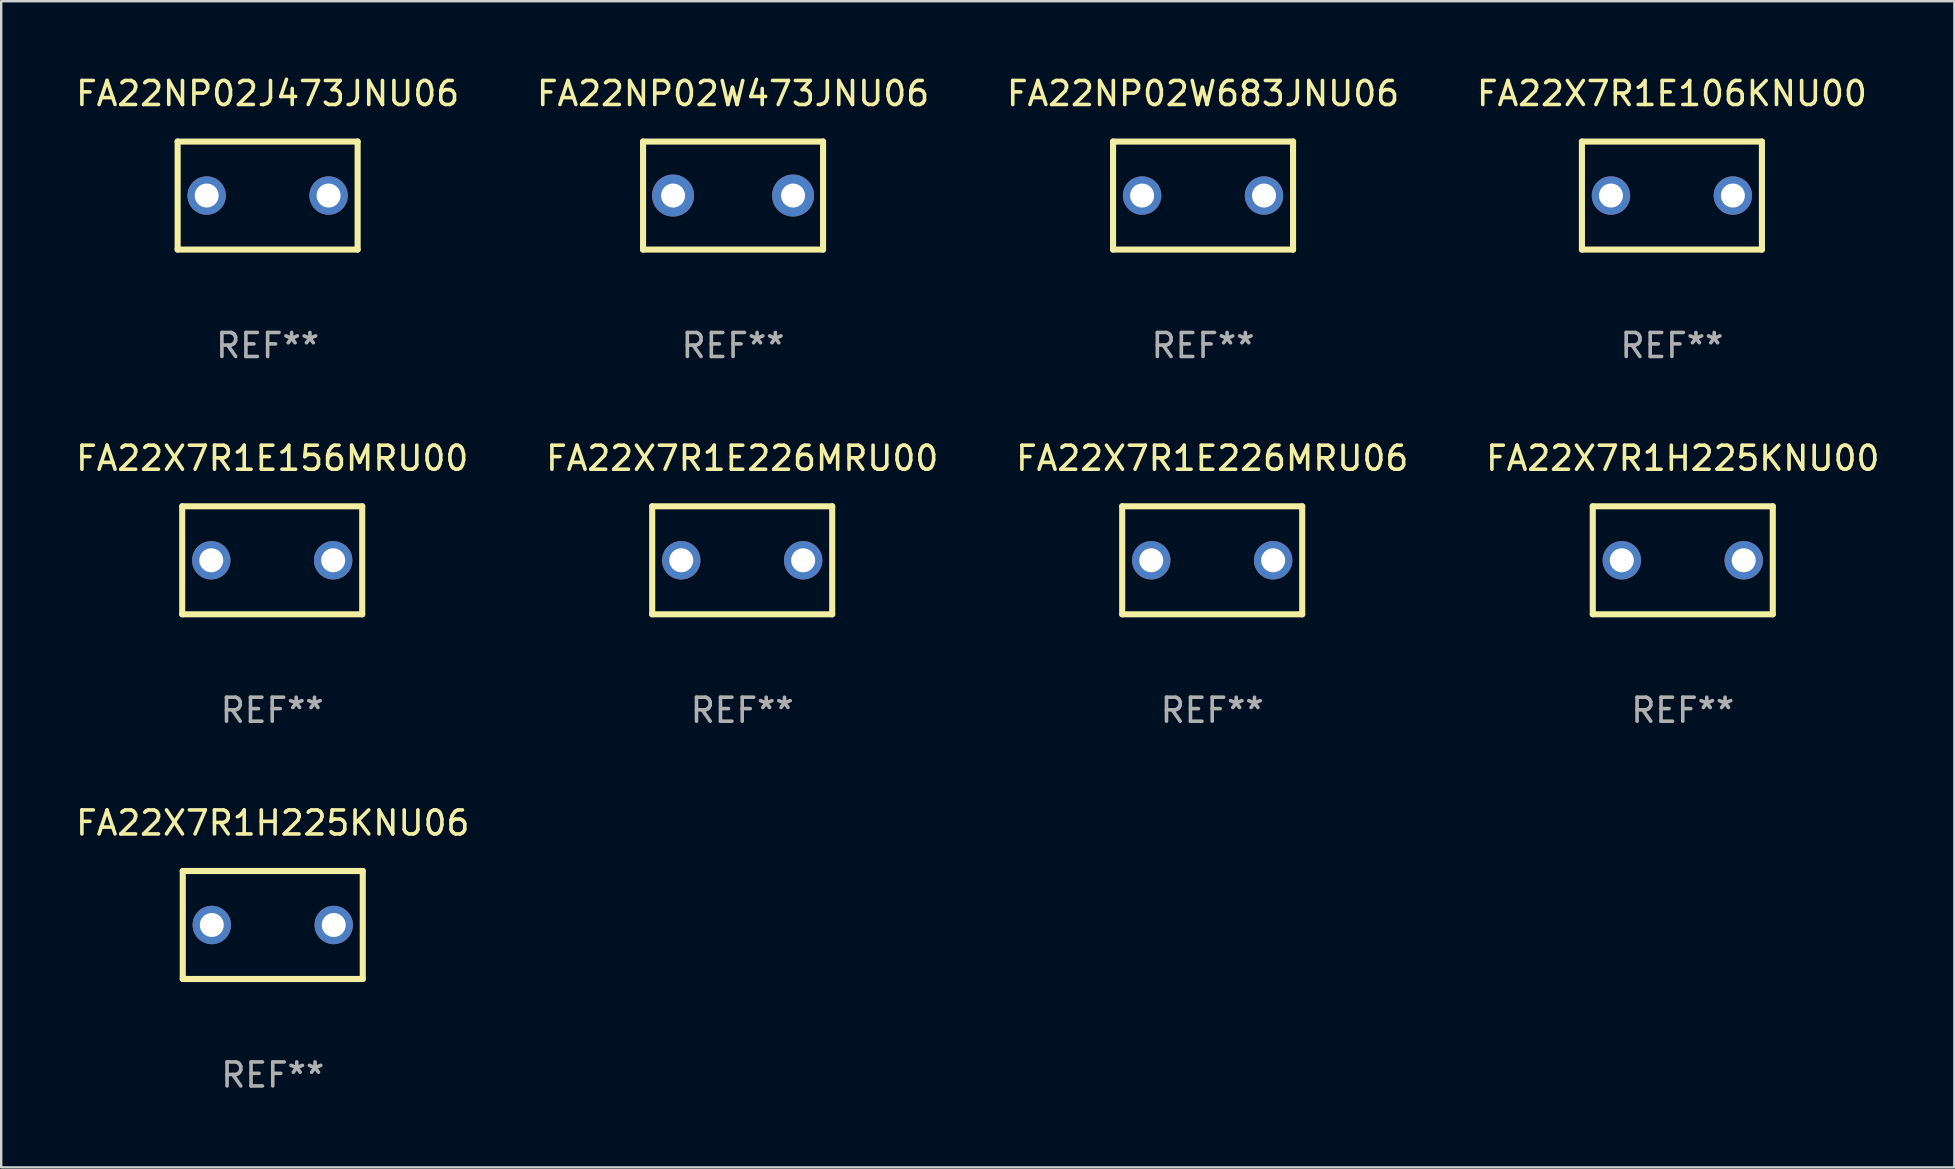
<source format=kicad_pcb>
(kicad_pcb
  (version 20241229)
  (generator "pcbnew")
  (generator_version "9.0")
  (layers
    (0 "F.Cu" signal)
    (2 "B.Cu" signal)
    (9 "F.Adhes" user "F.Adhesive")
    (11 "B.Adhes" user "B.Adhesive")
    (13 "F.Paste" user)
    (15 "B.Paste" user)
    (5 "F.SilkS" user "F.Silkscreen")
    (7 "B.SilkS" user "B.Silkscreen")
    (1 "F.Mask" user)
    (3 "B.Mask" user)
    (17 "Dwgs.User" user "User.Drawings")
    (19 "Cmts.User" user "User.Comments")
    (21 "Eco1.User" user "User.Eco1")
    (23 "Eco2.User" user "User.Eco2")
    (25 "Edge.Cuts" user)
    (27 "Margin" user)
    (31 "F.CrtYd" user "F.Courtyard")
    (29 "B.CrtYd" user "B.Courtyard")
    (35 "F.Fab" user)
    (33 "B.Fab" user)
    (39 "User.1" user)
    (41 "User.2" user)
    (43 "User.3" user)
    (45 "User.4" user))
  (footprint "FA22X7R1E156MRU00"
    (layer "F.Cu")
    (at 8.292 20.295)
    (property "Reference" "FA22X7R1E156MRU00" (at 0 -4.25 0) (layer "F.SilkS") (effects (font (size 1 1) (thickness 0.15))))
    (attr through_hole)
    (fp_line (start -3.75 -2.25) (end -3.75 2.25) (stroke (width 0.254) (type solid)) (layer "F.SilkS"))
    (fp_line (start -3.75 -2.25) (end 3.75 -2.25) (stroke (width 0.254) (type solid)) (layer "F.SilkS"))
    (fp_line (start 3.75 -2.25) (end 3.75 2.25) (stroke (width 0.254) (type solid)) (layer "F.SilkS"))
    (fp_line (start 3.75 2.25) (end -3.75 2.25) (stroke (width 0.254) (type solid)) (layer "F.SilkS"))
    (fp_circle (center -3.75 2.25) (end -3.72 2.25) (stroke (width 0.06) (type solid)) (fill no) (layer "F.SilkS"))
    (fp_text user "REF**" (at 0 6.25 0) (layer "F.Fab") (effects (font (size 1 1) (thickness 0.15))))
    (pad "1" thru_hole circle (at -2.54 0) (size 1.6 1.6) (drill 1) (layers "*.Cu" "*.Mask"))
    (pad "2" thru_hole circle (at 2.54 0) (size 1.6 1.6) (drill 1) (layers "*.Cu" "*.Mask")))
  (footprint "FA22X7R1H225KNU06"
    (layer "F.Cu")
    (at 8.315 35.491)
    (property "Reference" "FA22X7R1H225KNU06" (at 0 -4.25 0) (layer "F.SilkS") (effects (font (size 1 1) (thickness 0.15))))
    (attr through_hole)
    (fp_line (start -3.75 -2.25) (end -3.75 2.25) (stroke (width 0.254) (type solid)) (layer "F.SilkS"))
    (fp_line (start -3.75 -2.25) (end 3.75 -2.25) (stroke (width 0.254) (type solid)) (layer "F.SilkS"))
    (fp_line (start 3.75 -2.25) (end 3.75 2.25) (stroke (width 0.254) (type solid)) (layer "F.SilkS"))
    (fp_line (start 3.75 2.25) (end -3.75 2.25) (stroke (width 0.254) (type solid)) (layer "F.SilkS"))
    (fp_circle (center -3.75 2.25) (end -3.72 2.25) (stroke (width 0.06) (type solid)) (fill no) (layer "F.SilkS"))
    (fp_text user "REF**" (at 0 6.25 0) (layer "F.Fab") (effects (font (size 1 1) (thickness 0.15))))
    (pad "1" thru_hole circle (at -2.54 0) (size 1.6 1.6) (drill 1) (layers "*.Cu" "*.Mask"))
    (pad "2" thru_hole circle (at 2.54 0) (size 1.6 1.6) (drill 1) (layers "*.Cu" "*.Mask")))
  (footprint "FA22X7R1H225KNU00"
    (layer "F.Cu")
    (at 67.065 20.295)
    (property "Reference" "FA22X7R1H225KNU00" (at 0 -4.25 0) (layer "F.SilkS") (effects (font (size 1 1) (thickness 0.15))))
    (attr through_hole)
    (fp_line (start -3.75 -2.25) (end -3.75 2.25) (stroke (width 0.254) (type solid)) (layer "F.SilkS"))
    (fp_line (start -3.75 -2.25) (end 3.75 -2.25) (stroke (width 0.254) (type solid)) (layer "F.SilkS"))
    (fp_line (start 3.75 -2.25) (end 3.75 2.25) (stroke (width 0.254) (type solid)) (layer "F.SilkS"))
    (fp_line (start 3.75 2.25) (end -3.75 2.25) (stroke (width 0.254) (type solid)) (layer "F.SilkS"))
    (fp_circle (center -3.75 2.25) (end -3.72 2.25) (stroke (width 0.06) (type solid)) (fill no) (layer "F.SilkS"))
    (fp_text user "REF**" (at 0 6.25 0) (layer "F.Fab") (effects (font (size 1 1) (thickness 0.15))))
    (pad "1" thru_hole circle (at -2.54 0) (size 1.6 1.6) (drill 1) (layers "*.Cu" "*.Mask"))
    (pad "2" thru_hole circle (at 2.54 0) (size 1.6 1.6) (drill 1) (layers "*.Cu" "*.Mask")))
  (footprint "FA22X7R1E226MRU00"
    (layer "F.Cu")
    (at 27.875 20.295)
    (property "Reference" "FA22X7R1E226MRU00" (at 0 -4.25 0) (layer "F.SilkS") (effects (font (size 1 1) (thickness 0.15))))
    (attr through_hole)
    (fp_line (start -3.75 -2.25) (end -3.75 2.25) (stroke (width 0.254) (type solid)) (layer "F.SilkS"))
    (fp_line (start -3.75 -2.25) (end 3.75 -2.25) (stroke (width 0.254) (type solid)) (layer "F.SilkS"))
    (fp_line (start 3.75 -2.25) (end 3.75 2.25) (stroke (width 0.254) (type solid)) (layer "F.SilkS"))
    (fp_line (start 3.75 2.25) (end -3.75 2.25) (stroke (width 0.254) (type solid)) (layer "F.SilkS"))
    (fp_circle (center -3.75 2.25) (end -3.72 2.25) (stroke (width 0.06) (type solid)) (fill no) (layer "F.SilkS"))
    (fp_text user "REF**" (at 0 6.25 0) (layer "F.Fab") (effects (font (size 1 1) (thickness 0.15))))
    (pad "1" thru_hole circle (at -2.54 0) (size 1.6 1.6) (drill 1) (layers "*.Cu" "*.Mask"))
    (pad "2" thru_hole circle (at 2.54 0) (size 1.6 1.6) (drill 1) (layers "*.Cu" "*.Mask")))
  (footprint "FA22X7R1E226MRU06"
    (layer "F.Cu")
    (at 47.458 20.295)
    (property "Reference" "FA22X7R1E226MRU06" (at 0 -4.25 0) (layer "F.SilkS") (effects (font (size 1 1) (thickness 0.15))))
    (attr through_hole)
    (fp_line (start -3.75 -2.25) (end -3.75 2.25) (stroke (width 0.254) (type solid)) (layer "F.SilkS"))
    (fp_line (start -3.75 -2.25) (end 3.75 -2.25) (stroke (width 0.254) (type solid)) (layer "F.SilkS"))
    (fp_line (start 3.75 -2.25) (end 3.75 2.25) (stroke (width 0.254) (type solid)) (layer "F.SilkS"))
    (fp_line (start 3.75 2.25) (end -3.75 2.25) (stroke (width 0.254) (type solid)) (layer "F.SilkS"))
    (fp_circle (center -3.75 2.25) (end -3.72 2.25) (stroke (width 0.06) (type solid)) (fill no) (layer "F.SilkS"))
    (fp_text user "REF**" (at 0 6.25 0) (layer "F.Fab") (effects (font (size 1 1) (thickness 0.15))))
    (pad "1" thru_hole circle (at -2.54 0) (size 1.6 1.6) (drill 1) (layers "*.Cu" "*.Mask"))
    (pad "2" thru_hole circle (at 2.54 0) (size 1.6 1.6) (drill 1) (layers "*.Cu" "*.Mask")))
  (footprint "FA22NP02W473JNU06"
    (layer "F.Cu")
    (at 27.494 5.098)
    (property "Reference" "FA22NP02W473JNU06" (at 0 -4.25 0) (layer "F.SilkS") (effects (font (size 1 1) (thickness 0.15))))
    (attr through_hole)
    (fp_line (start -3.75 -2.25) (end -3.75 2.25) (stroke (width 0.254) (type solid)) (layer "F.SilkS"))
    (fp_line (start -3.75 -2.25) (end 3.75 -2.25) (stroke (width 0.254) (type solid)) (layer "F.SilkS"))
    (fp_line (start 3.75 -2.25) (end 3.75 2.25) (stroke (width 0.254) (type solid)) (layer "F.SilkS"))
    (fp_line (start 3.75 2.25) (end -3.75 2.25) (stroke (width 0.254) (type solid)) (layer "F.SilkS"))
    (fp_circle (center -3.75 2.25) (end -3.72 2.25) (stroke (width 0.06) (type solid)) (fill no) (layer "F.SilkS"))
    (fp_text user "REF**" (at 0 6.25 0) (layer "F.Fab") (effects (font (size 1 1) (thickness 0.15))))
    (pad "1" thru_hole circle (at -2.5 0) (size 1.75 1.75) (drill 1) (layers "*.Cu" "*.Mask"))
    (pad "2" thru_hole circle (at 2.5 0) (size 1.75 1.75) (drill 1) (layers "*.Cu" "*.Mask")))
  (footprint "FA22NP02J473JNU06"
    (layer "F.Cu")
    (at 8.101 5.098)
    (property "Reference" "FA22NP02J473JNU06" (at 0 -4.25 0) (layer "F.SilkS") (effects (font (size 1 1) (thickness 0.15))))
    (attr through_hole)
    (fp_line (start -3.75 -2.25) (end -3.75 2.25) (stroke (width 0.254) (type solid)) (layer "F.SilkS"))
    (fp_line (start -3.75 -2.25) (end 3.75 -2.25) (stroke (width 0.254) (type solid)) (layer "F.SilkS"))
    (fp_line (start 3.75 -2.25) (end 3.75 2.25) (stroke (width 0.254) (type solid)) (layer "F.SilkS"))
    (fp_line (start 3.75 2.25) (end -3.75 2.25) (stroke (width 0.254) (type solid)) (layer "F.SilkS"))
    (fp_circle (center -3.75 2.25) (end -3.72 2.25) (stroke (width 0.06) (type solid)) (fill no) (layer "F.SilkS"))
    (fp_text user "REF**" (at 0 6.25 0) (layer "F.Fab") (effects (font (size 1 1) (thickness 0.15))))
    (pad "1" thru_hole circle (at -2.54 0) (size 1.6 1.6) (drill 1) (layers "*.Cu" "*.Mask"))
    (pad "2" thru_hole circle (at 2.54 0) (size 1.6 1.6) (drill 1) (layers "*.Cu" "*.Mask")))
  (footprint "FA22NP02W683JNU06"
    (layer "F.Cu")
    (at 47.077 5.098)
    (property "Reference" "FA22NP02W683JNU06" (at 0 -4.25 0) (layer "F.SilkS") (effects (font (size 1 1) (thickness 0.15))))
    (attr through_hole)
    (fp_line (start -3.75 -2.25) (end -3.75 2.25) (stroke (width 0.254) (type solid)) (layer "F.SilkS"))
    (fp_line (start -3.75 -2.25) (end 3.75 -2.25) (stroke (width 0.254) (type solid)) (layer "F.SilkS"))
    (fp_line (start 3.75 -2.25) (end 3.75 2.25) (stroke (width 0.254) (type solid)) (layer "F.SilkS"))
    (fp_line (start 3.75 2.25) (end -3.75 2.25) (stroke (width 0.254) (type solid)) (layer "F.SilkS"))
    (fp_circle (center -3.75 2.25) (end -3.72 2.25) (stroke (width 0.06) (type solid)) (fill no) (layer "F.SilkS"))
    (fp_text user "REF**" (at 0 6.25 0) (layer "F.Fab") (effects (font (size 1 1) (thickness 0.15))))
    (pad "1" thru_hole circle (at -2.54 0) (size 1.6 1.6) (drill 1) (layers "*.Cu" "*.Mask"))
    (pad "2" thru_hole circle (at 2.54 0) (size 1.6 1.6) (drill 1) (layers "*.Cu" "*.Mask")))
  (footprint "FA22X7R1E106KNU00"
    (layer "F.Cu")
    (at 66.613 5.098)
    (property "Reference" "FA22X7R1E106KNU00" (at 0 -4.25 0) (layer "F.SilkS") (effects (font (size 1 1) (thickness 0.15))))
    (attr through_hole)
    (fp_line (start -3.75 -2.25) (end -3.75 2.25) (stroke (width 0.254) (type solid)) (layer "F.SilkS"))
    (fp_line (start -3.75 -2.25) (end 3.75 -2.25) (stroke (width 0.254) (type solid)) (layer "F.SilkS"))
    (fp_line (start 3.75 -2.25) (end 3.75 2.25) (stroke (width 0.254) (type solid)) (layer "F.SilkS"))
    (fp_line (start 3.75 2.25) (end -3.75 2.25) (stroke (width 0.254) (type solid)) (layer "F.SilkS"))
    (fp_circle (center -3.75 2.25) (end -3.72 2.25) (stroke (width 0.06) (type solid)) (fill no) (layer "F.SilkS"))
    (fp_text user "REF**" (at 0 6.25 0) (layer "F.Fab") (effects (font (size 1 1) (thickness 0.15))))
    (pad "1" thru_hole circle (at -2.54 0) (size 1.6 1.6) (drill 1) (layers "*.Cu" "*.Mask"))
    (pad "2" thru_hole circle (at 2.54 0) (size 1.6 1.6) (drill 1) (layers "*.Cu" "*.Mask")))
  (gr_rect
    (start -3 -3)
    (end 78.381 45.59)
    (stroke (width 0.1) (type default))
    (fill no)
    (layer "Edge.Cuts")))
</source>
